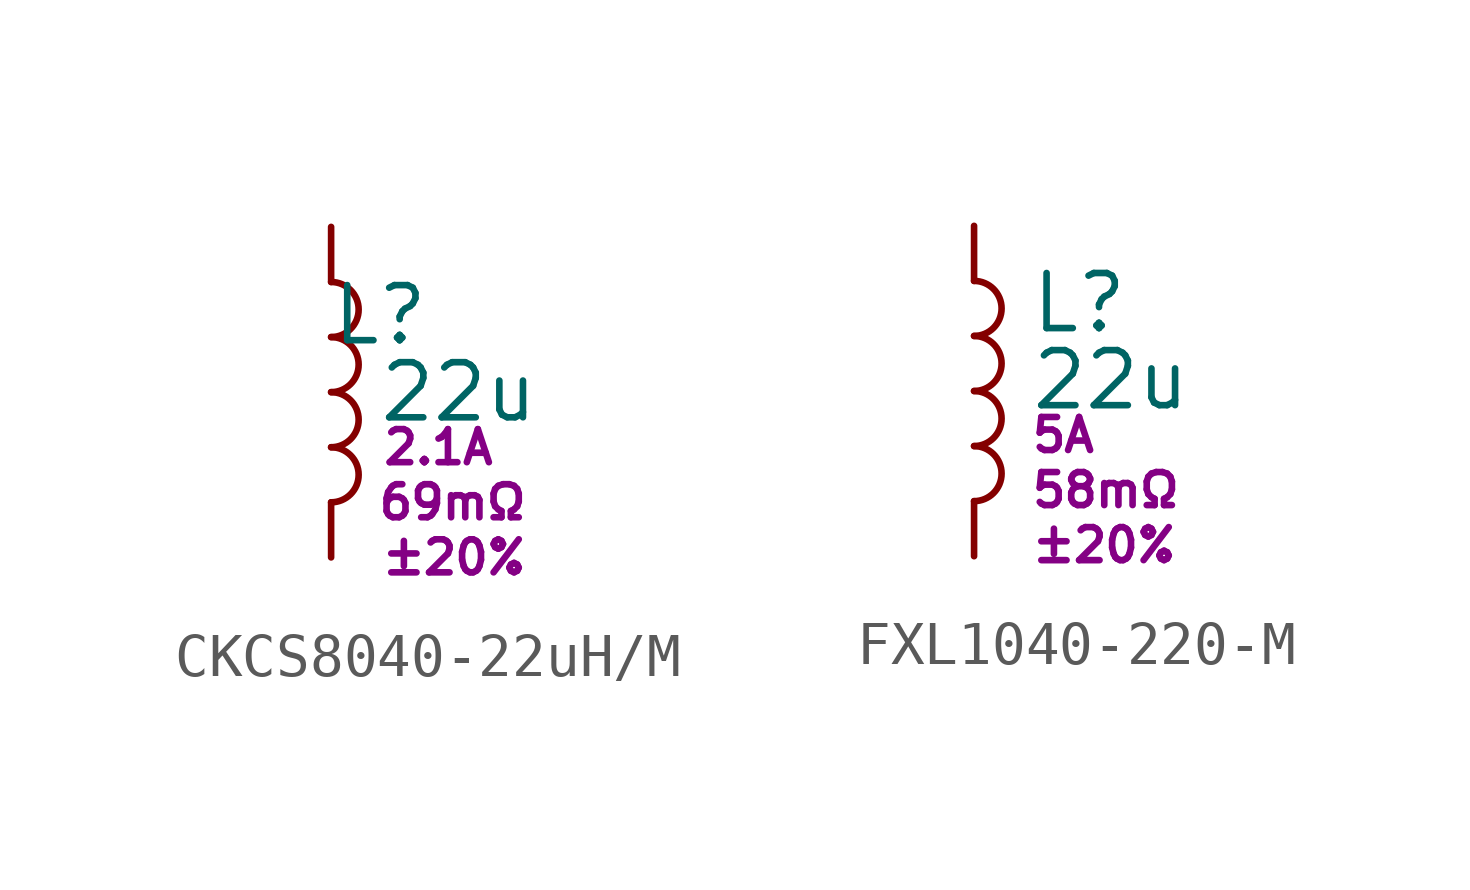
<source format=kicad_sym>
(kicad_symbol_lib
  (version 20220914)
  (generator kicad_symbol_editor)
  (symbol "CKCS8040-22uH/M"
    (pin_numbers hide)
    (pin_names
      (offset 1.016) hide)
    (property "Reference" "L"
      (at 2.286 1.778 0)
      (effects (font (size 1.27 1.27)) (justify right)))
    (property "Value" "22u"
      (at 4.826 0 0)
      (effects (font (size 1.27 1.27)) (justify right)))
    (property "Imax" "2.1A"
      (at 3.81 -1.27 0)
      (effects (font (size 0.762 0.762)) (justify right)))
    (property "Rds" "69mΩ"
      (at 4.572 -2.54 0)
      (effects (font (size 0.762 0.762)) (justify right)))
    (property "TOL" "±20%"
      (at 4.572 -3.81 0)
      (effects (font (size 0.762 0.762)) (justify right)))
    (symbol "CKCS8040-22uH/M_0_1"
      (arc (start 0 -2.54) (mid 0.6323 -1.905) (end 0 -1.27) (stroke (width 0) (type default)) (fill (type none)))
      (arc (start 0 -1.27) (mid 0.6323 -0.635) (end 0 0) (stroke (width 0) (type default)) (fill (type none)))
      (arc (start 0 0) (mid 0.6323 0.635) (end 0 1.27) (stroke (width 0) (type default)) (fill (type none)))
      (arc (start 0 1.27) (mid 0.6323 1.905) (end 0 2.54) (stroke (width 0) (type default)) (fill (type none))))
    (symbol "CKCS8040-22uH/M_1_1"
      (pin passive line (at 0 3.81 270) (length 1.27) (name "1" (effects (font (size 1.27 1.27)))) (number "1" (effects (font (size 1.27 1.27)))))
      (pin passive line (at 0 -3.81 90) (length 1.27) (name "2" (effects (font (size 1.27 1.27)))) (number "2" (effects (font (size 1.27 1.27)))))))
  (symbol "FXL1040-220-M"
    (pin_numbers hide)
    (pin_names
      (offset 1.016) hide)
    (property "Reference" "L"
      (at 1.27 2.032 0)
      (effects (font (size 1.27 1.27)) (justify left)))
    (property "Value" "22u"
      (at 1.27 0.254 0)
      (effects (font (size 1.27 1.27)) (justify left)))
    (property "Imax" "5A"
      (at 1.27 -1.016 0)
      (effects (font (size 0.762 0.762)) (justify left)))
    (property "Rds" "58mΩ"
      (at 1.27 -2.286 0)
      (effects (font (size 0.762 0.762)) (justify left)))
    (property "TOL" "±20%"
      (at 1.27 -3.556 0)
      (effects (font (size 0.762 0.762)) (justify left)))
    (symbol "FXL1040-220-M_0_1"
      (arc (start 0 -2.54) (mid 0.6323 -1.905) (end 0 -1.27) (stroke (width 0) (type default)) (fill (type none)))
      (arc (start 0 -1.27) (mid 0.6323 -0.635) (end 0 0) (stroke (width 0) (type default)) (fill (type none)))
      (arc (start 0 0) (mid 0.6323 0.635) (end 0 1.27) (stroke (width 0) (type default)) (fill (type none)))
      (arc (start 0 1.27) (mid 0.6323 1.905) (end 0 2.54) (stroke (width 0) (type default)) (fill (type none))))
    (symbol "FXL1040-220-M_1_1"
      (pin passive line (at 0 3.81 270) (length 1.27) (name "1" (effects (font (size 1.27 1.27)))) (number "1" (effects (font (size 1.27 1.27)))))
      (pin passive line (at 0 -3.81 90) (length 1.27) (name "2" (effects (font (size 1.27 1.27)))) (number "2" (effects (font (size 1.27 1.27))))))))
</source>
